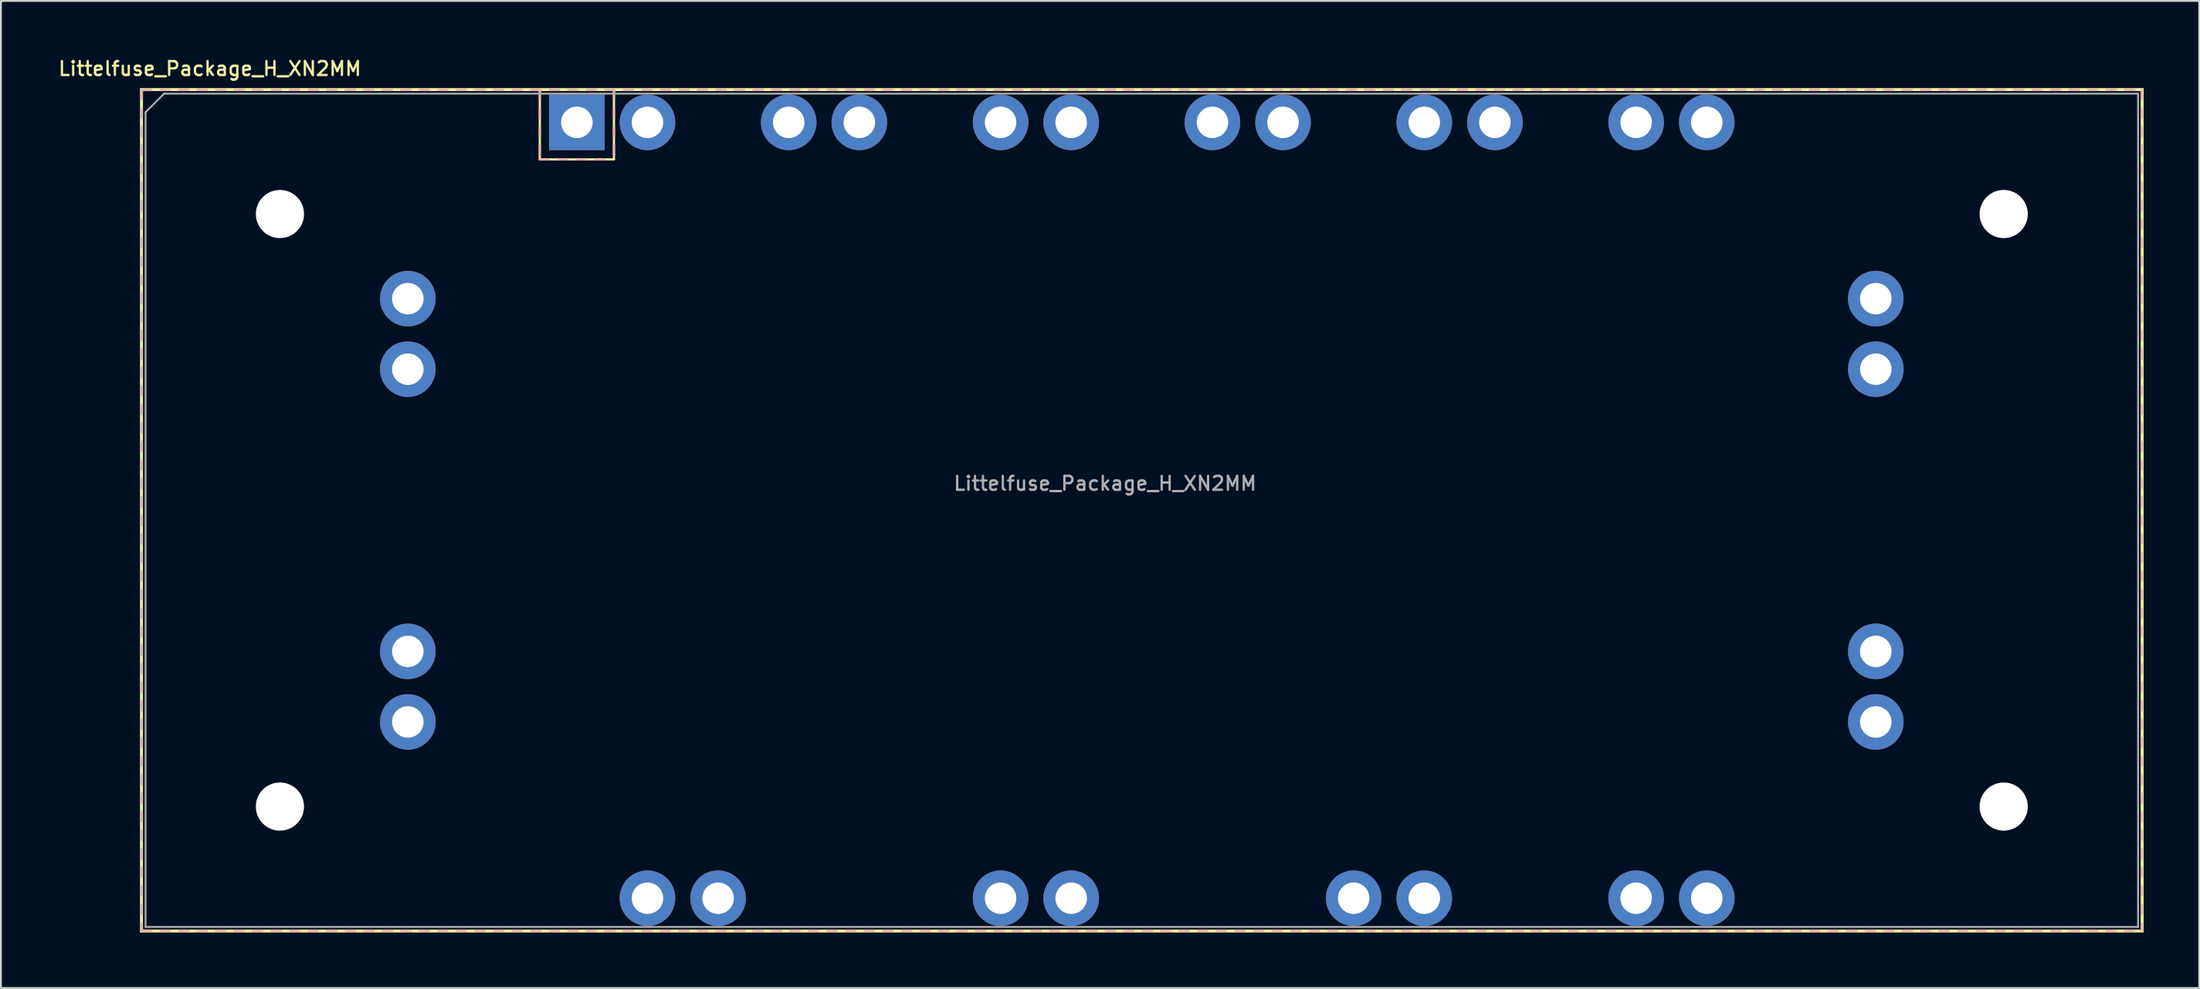
<source format=kicad_pcb>
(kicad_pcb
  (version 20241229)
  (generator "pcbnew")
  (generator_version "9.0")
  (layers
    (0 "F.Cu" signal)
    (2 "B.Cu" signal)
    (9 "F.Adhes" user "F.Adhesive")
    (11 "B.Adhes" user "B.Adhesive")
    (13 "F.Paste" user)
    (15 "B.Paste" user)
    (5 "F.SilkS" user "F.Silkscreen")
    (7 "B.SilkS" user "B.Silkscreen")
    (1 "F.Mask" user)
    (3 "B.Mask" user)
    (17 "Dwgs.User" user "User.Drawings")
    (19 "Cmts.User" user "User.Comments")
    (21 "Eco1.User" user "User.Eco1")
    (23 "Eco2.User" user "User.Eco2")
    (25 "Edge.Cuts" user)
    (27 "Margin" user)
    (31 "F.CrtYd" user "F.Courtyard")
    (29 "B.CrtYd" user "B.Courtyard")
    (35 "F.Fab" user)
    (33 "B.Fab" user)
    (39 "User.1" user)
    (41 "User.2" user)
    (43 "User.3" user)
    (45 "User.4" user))
  (footprint "Littelfuse_Package_H_XN2MM"
    (layer "F.Cu")
    (at 28.073 3.558)
    (property "Reference" "Littelfuse_Package_H_XN2MM" (at -19.8 -2.9 0) (layer "F.SilkS") (effects (font (size 0.75 0.75) (thickness 0.125))))
    (attr through_hole)
    (fp_line (start -23.52 -1.8) (end 84.48 -1.8) (stroke (width 0.1) (type solid)) (layer "F.SilkS"))
    (fp_line (start -23.52 43.7) (end -23.52 -1.8) (stroke (width 0.1) (type solid)) (layer "F.SilkS"))
    (fp_line (start -23.47 -1.75) (end 84.43 -1.75) (stroke (width 0.12) (type solid)) (layer "F.SilkS"))
    (fp_line (start -23.47 43.65) (end -23.47 -1.75) (stroke (width 0.12) (type solid)) (layer "F.SilkS"))
    (fp_line (start -2 2) (end -2 -1.75) (stroke (width 0.12) (type solid)) (layer "F.SilkS"))
    (fp_line (start 2 -1.75) (end 2 1.75) (stroke (width 0.12) (type solid)) (layer "F.SilkS"))
    (fp_line (start 2 1.75) (end 2 2) (stroke (width 0.12) (type solid)) (layer "F.SilkS"))
    (fp_line (start 2 2) (end -2 2) (stroke (width 0.12) (type solid)) (layer "F.SilkS"))
    (fp_line (start 84.43 -1.75) (end 84.43 43.65) (stroke (width 0.12) (type solid)) (layer "F.SilkS"))
    (fp_line (start 84.43 43.65) (end -23.47 43.65) (stroke (width 0.12) (type solid)) (layer "F.SilkS"))
    (fp_line (start 84.48 -1.8) (end 84.48 43.7) (stroke (width 0.1) (type solid)) (layer "F.SilkS"))
    (fp_line (start 84.48 43.7) (end -23.52 43.7) (stroke (width 0.1) (type solid)) (layer "F.SilkS"))
    (fp_line (start -23.47 -1.75) (end -23.47 -1.25) (stroke (width 0.12) (type solid)) (layer "B.SilkS"))
    (fp_line (start -23.47 -1.75) (end -22.97 -1.75) (stroke (width 0.12) (type solid)) (layer "B.SilkS"))
    (fp_line (start -23.47 -0.75) (end -23.47 -0.25) (stroke (width 0.12) (type solid)) (layer "B.SilkS"))
    (fp_line (start -23.47 0.25) (end -23.47 0.75) (stroke (width 0.12) (type solid)) (layer "B.SilkS"))
    (fp_line (start -23.47 1.25) (end -23.47 1.75) (stroke (width 0.12) (type solid)) (layer "B.SilkS"))
    (fp_line (start -23.47 2.25) (end -23.47 2.75) (stroke (width 0.12) (type solid)) (layer "B.SilkS"))
    (fp_line (start -23.47 3.25) (end -23.47 3.75) (stroke (width 0.12) (type solid)) (layer "B.SilkS"))
    (fp_line (start -23.47 4.25) (end -23.47 4.75) (stroke (width 0.12) (type solid)) (layer "B.SilkS"))
    (fp_line (start -23.47 5.25) (end -23.47 5.75) (stroke (width 0.12) (type solid)) (layer "B.SilkS"))
    (fp_line (start -23.47 6.25) (end -23.47 6.75) (stroke (width 0.12) (type solid)) (layer "B.SilkS"))
    (fp_line (start -23.47 7.25) (end -23.47 7.75) (stroke (width 0.12) (type solid)) (layer "B.SilkS"))
    (fp_line (start -23.47 8.25) (end -23.47 8.75) (stroke (width 0.12) (type solid)) (layer "B.SilkS"))
    (fp_line (start -23.47 9.25) (end -23.47 9.75) (stroke (width 0.12) (type solid)) (layer "B.SilkS"))
    (fp_line (start -23.47 10.25) (end -23.47 10.75) (stroke (width 0.12) (type solid)) (layer "B.SilkS"))
    (fp_line (start -23.47 11.25) (end -23.47 11.75) (stroke (width 0.12) (type solid)) (layer "B.SilkS"))
    (fp_line (start -23.47 12.25) (end -23.47 12.75) (stroke (width 0.12) (type solid)) (layer "B.SilkS"))
    (fp_line (start -23.47 13.25) (end -23.47 13.75) (stroke (width 0.12) (type solid)) (layer "B.SilkS"))
    (fp_line (start -23.47 14.25) (end -23.47 14.75) (stroke (width 0.12) (type solid)) (layer "B.SilkS"))
    (fp_line (start -23.47 15.25) (end -23.47 15.75) (stroke (width 0.12) (type solid)) (layer "B.SilkS"))
    (fp_line (start -23.47 16.25) (end -23.47 16.75) (stroke (width 0.12) (type solid)) (layer "B.SilkS"))
    (fp_line (start -23.47 17.25) (end -23.47 17.75) (stroke (width 0.12) (type solid)) (layer "B.SilkS"))
    (fp_line (start -23.47 18.25) (end -23.47 18.75) (stroke (width 0.12) (type solid)) (layer "B.SilkS"))
    (fp_line (start -23.47 19.25) (end -23.47 19.75) (stroke (width 0.12) (type solid)) (layer "B.SilkS"))
    (fp_line (start -23.47 20.25) (end -23.47 20.75) (stroke (width 0.12) (type solid)) (layer "B.SilkS"))
    (fp_line (start -23.47 21.25) (end -23.47 21.75) (stroke (width 0.12) (type solid)) (layer "B.SilkS"))
    (fp_line (start -23.47 22.25) (end -23.47 22.75) (stroke (width 0.12) (type solid)) (layer "B.SilkS"))
    (fp_line (start -23.47 23.25) (end -23.47 23.75) (stroke (width 0.12) (type solid)) (layer "B.SilkS"))
    (fp_line (start -23.47 24.25) (end -23.47 24.75) (stroke (width 0.12) (type solid)) (layer "B.SilkS"))
    (fp_line (start -23.47 25.25) (end -23.47 25.75) (stroke (width 0.12) (type solid)) (layer "B.SilkS"))
    (fp_line (start -23.47 26.25) (end -23.47 26.75) (stroke (width 0.12) (type solid)) (layer "B.SilkS"))
    (fp_line (start -23.47 27.25) (end -23.47 27.75) (stroke (width 0.12) (type solid)) (layer "B.SilkS"))
    (fp_line (start -23.47 28.25) (end -23.47 28.75) (stroke (width 0.12) (type solid)) (layer "B.SilkS"))
    (fp_line (start -23.47 29.25) (end -23.47 29.75) (stroke (width 0.12) (type solid)) (layer "B.SilkS"))
    (fp_line (start -23.47 30.25) (end -23.47 30.75) (stroke (width 0.12) (type solid)) (layer "B.SilkS"))
    (fp_line (start -23.47 31.25) (end -23.47 31.75) (stroke (width 0.12) (type solid)) (layer "B.SilkS"))
    (fp_line (start -23.47 32.25) (end -23.47 32.75) (stroke (width 0.12) (type solid)) (layer "B.SilkS"))
    (fp_line (start -23.47 33.25) (end -23.47 33.75) (stroke (width 0.12) (type solid)) (layer "B.SilkS"))
    (fp_line (start -23.47 34.25) (end -23.47 34.75) (stroke (width 0.12) (type solid)) (layer "B.SilkS"))
    (fp_line (start -23.47 35.25) (end -23.47 35.75) (stroke (width 0.12) (type solid)) (layer "B.SilkS"))
    (fp_line (start -23.47 36.25) (end -23.47 36.75) (stroke (width 0.12) (type solid)) (layer "B.SilkS"))
    (fp_line (start -23.47 37.25) (end -23.47 37.75) (stroke (width 0.12) (type solid)) (layer "B.SilkS"))
    (fp_line (start -23.47 38.25) (end -23.47 38.75) (stroke (width 0.12) (type solid)) (layer "B.SilkS"))
    (fp_line (start -23.47 39.25) (end -23.47 39.75) (stroke (width 0.12) (type solid)) (layer "B.SilkS"))
    (fp_line (start -23.47 40.25) (end -23.47 40.75) (stroke (width 0.12) (type solid)) (layer "B.SilkS"))
    (fp_line (start -23.47 41.25) (end -23.47 41.75) (stroke (width 0.12) (type solid)) (layer "B.SilkS"))
    (fp_line (start -23.47 42.25) (end -23.47 42.75) (stroke (width 0.12) (type solid)) (layer "B.SilkS"))
    (fp_line (start -23.47 43.25) (end -23.47 43.65) (stroke (width 0.12) (type solid)) (layer "B.SilkS"))
    (fp_line (start -23.47 43.65) (end -22.97 43.65) (stroke (width 0.12) (type solid)) (layer "B.SilkS"))
    (fp_line (start -22.47 -1.75) (end -21.97 -1.75) (stroke (width 0.12) (type solid)) (layer "B.SilkS"))
    (fp_line (start -22.47 43.65) (end -21.97 43.65) (stroke (width 0.12) (type solid)) (layer "B.SilkS"))
    (fp_line (start -21.47 -1.75) (end -20.97 -1.75) (stroke (width 0.12) (type solid)) (layer "B.SilkS"))
    (fp_line (start -21.47 43.65) (end -20.97 43.65) (stroke (width 0.12) (type solid)) (layer "B.SilkS"))
    (fp_line (start -20.47 -1.75) (end -19.97 -1.75) (stroke (width 0.12) (type solid)) (layer "B.SilkS"))
    (fp_line (start -20.47 43.65) (end -19.97 43.65) (stroke (width 0.12) (type solid)) (layer "B.SilkS"))
    (fp_line (start -19.47 -1.75) (end -18.97 -1.75) (stroke (width 0.12) (type solid)) (layer "B.SilkS"))
    (fp_line (start -19.47 43.65) (end -18.97 43.65) (stroke (width 0.12) (type solid)) (layer "B.SilkS"))
    (fp_line (start -18.47 -1.75) (end -17.97 -1.75) (stroke (width 0.12) (type solid)) (layer "B.SilkS"))
    (fp_line (start -18.47 43.65) (end -17.97 43.65) (stroke (width 0.12) (type solid)) (layer "B.SilkS"))
    (fp_line (start -17.47 -1.75) (end -16.97 -1.75) (stroke (width 0.12) (type solid)) (layer "B.SilkS"))
    (fp_line (start -17.47 43.65) (end -16.97 43.65) (stroke (width 0.12) (type solid)) (layer "B.SilkS"))
    (fp_line (start -16.47 -1.75) (end -15.97 -1.75) (stroke (width 0.12) (type solid)) (layer "B.SilkS"))
    (fp_line (start -16.47 43.65) (end -15.97 43.65) (stroke (width 0.12) (type solid)) (layer "B.SilkS"))
    (fp_line (start -15.47 -1.75) (end -14.97 -1.75) (stroke (width 0.12) (type solid)) (layer "B.SilkS"))
    (fp_line (start -15.47 43.65) (end -14.97 43.65) (stroke (width 0.12) (type solid)) (layer "B.SilkS"))
    (fp_line (start -14.47 -1.75) (end -13.97 -1.75) (stroke (width 0.12) (type solid)) (layer "B.SilkS"))
    (fp_line (start -14.47 43.65) (end -13.97 43.65) (stroke (width 0.12) (type solid)) (layer "B.SilkS"))
    (fp_line (start -13.47 -1.75) (end -12.97 -1.75) (stroke (width 0.12) (type solid)) (layer "B.SilkS"))
    (fp_line (start -13.47 43.65) (end -12.97 43.65) (stroke (width 0.12) (type solid)) (layer "B.SilkS"))
    (fp_line (start -12.47 -1.75) (end -11.97 -1.75) (stroke (width 0.12) (type solid)) (layer "B.SilkS"))
    (fp_line (start -12.47 43.65) (end -11.97 43.65) (stroke (width 0.12) (type solid)) (layer "B.SilkS"))
    (fp_line (start -11.47 -1.75) (end -10.97 -1.75) (stroke (width 0.12) (type solid)) (layer "B.SilkS"))
    (fp_line (start -11.47 43.65) (end -10.97 43.65) (stroke (width 0.12) (type solid)) (layer "B.SilkS"))
    (fp_line (start -10.47 -1.75) (end -9.97 -1.75) (stroke (width 0.12) (type solid)) (layer "B.SilkS"))
    (fp_line (start -10.47 43.65) (end -9.97 43.65) (stroke (width 0.12) (type solid)) (layer "B.SilkS"))
    (fp_line (start -9.47 -1.75) (end -8.97 -1.75) (stroke (width 0.12) (type solid)) (layer "B.SilkS"))
    (fp_line (start -9.47 43.65) (end -8.97 43.65) (stroke (width 0.12) (type solid)) (layer "B.SilkS"))
    (fp_line (start -8.47 -1.75) (end -7.97 -1.75) (stroke (width 0.12) (type solid)) (layer "B.SilkS"))
    (fp_line (start -8.47 43.65) (end -7.97 43.65) (stroke (width 0.12) (type solid)) (layer "B.SilkS"))
    (fp_line (start -7.47 -1.75) (end -6.97 -1.75) (stroke (width 0.12) (type solid)) (layer "B.SilkS"))
    (fp_line (start -7.47 43.65) (end -6.97 43.65) (stroke (width 0.12) (type solid)) (layer "B.SilkS"))
    (fp_line (start -6.47 -1.75) (end -5.97 -1.75) (stroke (width 0.12) (type solid)) (layer "B.SilkS"))
    (fp_line (start -6.47 43.65) (end -5.97 43.65) (stroke (width 0.12) (type solid)) (layer "B.SilkS"))
    (fp_line (start -5.47 -1.75) (end -4.97 -1.75) (stroke (width 0.12) (type solid)) (layer "B.SilkS"))
    (fp_line (start -5.47 43.65) (end -4.97 43.65) (stroke (width 0.12) (type solid)) (layer "B.SilkS"))
    (fp_line (start -4.47 -1.75) (end -3.97 -1.75) (stroke (width 0.12) (type solid)) (layer "B.SilkS"))
    (fp_line (start -4.47 43.65) (end -3.97 43.65) (stroke (width 0.12) (type solid)) (layer "B.SilkS"))
    (fp_line (start -3.47 -1.75) (end -2.97 -1.75) (stroke (width 0.12) (type solid)) (layer "B.SilkS"))
    (fp_line (start -3.47 43.65) (end -2.97 43.65) (stroke (width 0.12) (type solid)) (layer "B.SilkS"))
    (fp_line (start -2.47 -1.75) (end -1.97 -1.75) (stroke (width 0.12) (type solid)) (layer "B.SilkS"))
    (fp_line (start -2.47 43.65) (end -1.97 43.65) (stroke (width 0.12) (type solid)) (layer "B.SilkS"))
    (fp_line (start -2 -1.75) (end -2 -1.25) (stroke (width 0.12) (type solid)) (layer "B.SilkS"))
    (fp_line (start -2 -0.75) (end -2 -0.25) (stroke (width 0.12) (type solid)) (layer "B.SilkS"))
    (fp_line (start -2 0.25) (end -2 0.75) (stroke (width 0.12) (type solid)) (layer "B.SilkS"))
    (fp_line (start -2 1.25) (end -2 1.75) (stroke (width 0.12) (type solid)) (layer "B.SilkS"))
    (fp_line (start -2 2) (end -1.5 2) (stroke (width 0.12) (type solid)) (layer "B.SilkS"))
    (fp_line (start -1.47 -1.75) (end -0.97 -1.75) (stroke (width 0.12) (type solid)) (layer "B.SilkS"))
    (fp_line (start -1.47 43.65) (end -0.97 43.65) (stroke (width 0.12) (type solid)) (layer "B.SilkS"))
    (fp_line (start -1 2) (end -0.5 2) (stroke (width 0.12) (type solid)) (layer "B.SilkS"))
    (fp_line (start -0.47 -1.75) (end 0.03 -1.75) (stroke (width 0.12) (type solid)) (layer "B.SilkS"))
    (fp_line (start -0.47 43.65) (end 0.03 43.65) (stroke (width 0.12) (type solid)) (layer "B.SilkS"))
    (fp_line (start 0 2) (end 0.5 2) (stroke (width 0.12) (type solid)) (layer "B.SilkS"))
    (fp_line (start 0.53 -1.75) (end 1.03 -1.75) (stroke (width 0.12) (type solid)) (layer "B.SilkS"))
    (fp_line (start 0.53 43.65) (end 1.03 43.65) (stroke (width 0.12) (type solid)) (layer "B.SilkS"))
    (fp_line (start 1 2) (end 1.5 2) (stroke (width 0.12) (type solid)) (layer "B.SilkS"))
    (fp_line (start 1.53 -1.75) (end 2.03 -1.75) (stroke (width 0.12) (type solid)) (layer "B.SilkS"))
    (fp_line (start 1.53 43.65) (end 2.03 43.65) (stroke (width 0.12) (type solid)) (layer "B.SilkS"))
    (fp_line (start 2 -1.75) (end 2 -1.25) (stroke (width 0.12) (type solid)) (layer "B.SilkS"))
    (fp_line (start 2 -0.75) (end 2 -0.25) (stroke (width 0.12) (type solid)) (layer "B.SilkS"))
    (fp_line (start 2 0.25) (end 2 0.75) (stroke (width 0.12) (type solid)) (layer "B.SilkS"))
    (fp_line (start 2 1.25) (end 2 1.75) (stroke (width 0.12) (type solid)) (layer "B.SilkS"))
    (fp_line (start 2.53 -1.75) (end 3.03 -1.75) (stroke (width 0.12) (type solid)) (layer "B.SilkS"))
    (fp_line (start 2.53 43.65) (end 3.03 43.65) (stroke (width 0.12) (type solid)) (layer "B.SilkS"))
    (fp_line (start 3.53 -1.75) (end 4.03 -1.75) (stroke (width 0.12) (type solid)) (layer "B.SilkS"))
    (fp_line (start 3.53 43.65) (end 4.03 43.65) (stroke (width 0.12) (type solid)) (layer "B.SilkS"))
    (fp_line (start 4.53 -1.75) (end 5.03 -1.75) (stroke (width 0.12) (type solid)) (layer "B.SilkS"))
    (fp_line (start 4.53 43.65) (end 5.03 43.65) (stroke (width 0.12) (type solid)) (layer "B.SilkS"))
    (fp_line (start 5.53 -1.75) (end 6.03 -1.75) (stroke (width 0.12) (type solid)) (layer "B.SilkS"))
    (fp_line (start 5.53 43.65) (end 6.03 43.65) (stroke (width 0.12) (type solid)) (layer "B.SilkS"))
    (fp_line (start 6.53 -1.75) (end 7.03 -1.75) (stroke (width 0.12) (type solid)) (layer "B.SilkS"))
    (fp_line (start 6.53 43.65) (end 7.03 43.65) (stroke (width 0.12) (type solid)) (layer "B.SilkS"))
    (fp_line (start 7.53 -1.75) (end 8.03 -1.75) (stroke (width 0.12) (type solid)) (layer "B.SilkS"))
    (fp_line (start 7.53 43.65) (end 8.03 43.65) (stroke (width 0.12) (type solid)) (layer "B.SilkS"))
    (fp_line (start 8.53 -1.75) (end 9.03 -1.75) (stroke (width 0.12) (type solid)) (layer "B.SilkS"))
    (fp_line (start 8.53 43.65) (end 9.03 43.65) (stroke (width 0.12) (type solid)) (layer "B.SilkS"))
    (fp_line (start 9.53 -1.75) (end 10.03 -1.75) (stroke (width 0.12) (type solid)) (layer "B.SilkS"))
    (fp_line (start 9.53 43.65) (end 10.03 43.65) (stroke (width 0.12) (type solid)) (layer "B.SilkS"))
    (fp_line (start 10.53 -1.75) (end 11.03 -1.75) (stroke (width 0.12) (type solid)) (layer "B.SilkS"))
    (fp_line (start 10.53 43.65) (end 11.03 43.65) (stroke (width 0.12) (type solid)) (layer "B.SilkS"))
    (fp_line (start 11.53 -1.75) (end 12.03 -1.75) (stroke (width 0.12) (type solid)) (layer "B.SilkS"))
    (fp_line (start 11.53 43.65) (end 12.03 43.65) (stroke (width 0.12) (type solid)) (layer "B.SilkS"))
    (fp_line (start 12.53 -1.75) (end 13.03 -1.75) (stroke (width 0.12) (type solid)) (layer "B.SilkS"))
    (fp_line (start 12.53 43.65) (end 13.03 43.65) (stroke (width 0.12) (type solid)) (layer "B.SilkS"))
    (fp_line (start 13.53 -1.75) (end 14.03 -1.75) (stroke (width 0.12) (type solid)) (layer "B.SilkS"))
    (fp_line (start 13.53 43.65) (end 14.03 43.65) (stroke (width 0.12) (type solid)) (layer "B.SilkS"))
    (fp_line (start 14.53 -1.75) (end 15.03 -1.75) (stroke (width 0.12) (type solid)) (layer "B.SilkS"))
    (fp_line (start 14.53 43.65) (end 15.03 43.65) (stroke (width 0.12) (type solid)) (layer "B.SilkS"))
    (fp_line (start 15.53 -1.75) (end 16.03 -1.75) (stroke (width 0.12) (type solid)) (layer "B.SilkS"))
    (fp_line (start 15.53 43.65) (end 16.03 43.65) (stroke (width 0.12) (type solid)) (layer "B.SilkS"))
    (fp_line (start 16.53 -1.75) (end 17.03 -1.75) (stroke (width 0.12) (type solid)) (layer "B.SilkS"))
    (fp_line (start 16.53 43.65) (end 17.03 43.65) (stroke (width 0.12) (type solid)) (layer "B.SilkS"))
    (fp_line (start 17.53 -1.75) (end 18.03 -1.75) (stroke (width 0.12) (type solid)) (layer "B.SilkS"))
    (fp_line (start 17.53 43.65) (end 18.03 43.65) (stroke (width 0.12) (type solid)) (layer "B.SilkS"))
    (fp_line (start 18.53 -1.75) (end 19.03 -1.75) (stroke (width 0.12) (type solid)) (layer "B.SilkS"))
    (fp_line (start 18.53 43.65) (end 19.03 43.65) (stroke (width 0.12) (type solid)) (layer "B.SilkS"))
    (fp_line (start 19.53 -1.75) (end 20.03 -1.75) (stroke (width 0.12) (type solid)) (layer "B.SilkS"))
    (fp_line (start 19.53 43.65) (end 20.03 43.65) (stroke (width 0.12) (type solid)) (layer "B.SilkS"))
    (fp_line (start 20.53 -1.75) (end 21.03 -1.75) (stroke (width 0.12) (type solid)) (layer "B.SilkS"))
    (fp_line (start 20.53 43.65) (end 21.03 43.65) (stroke (width 0.12) (type solid)) (layer "B.SilkS"))
    (fp_line (start 21.53 -1.75) (end 22.03 -1.75) (stroke (width 0.12) (type solid)) (layer "B.SilkS"))
    (fp_line (start 21.53 43.65) (end 22.03 43.65) (stroke (width 0.12) (type solid)) (layer "B.SilkS"))
    (fp_line (start 22.53 -1.75) (end 23.03 -1.75) (stroke (width 0.12) (type solid)) (layer "B.SilkS"))
    (fp_line (start 22.53 43.65) (end 23.03 43.65) (stroke (width 0.12) (type solid)) (layer "B.SilkS"))
    (fp_line (start 23.53 -1.75) (end 24.03 -1.75) (stroke (width 0.12) (type solid)) (layer "B.SilkS"))
    (fp_line (start 23.53 43.65) (end 24.03 43.65) (stroke (width 0.12) (type solid)) (layer "B.SilkS"))
    (fp_line (start 24.53 -1.75) (end 25.03 -1.75) (stroke (width 0.12) (type solid)) (layer "B.SilkS"))
    (fp_line (start 24.53 43.65) (end 25.03 43.65) (stroke (width 0.12) (type solid)) (layer "B.SilkS"))
    (fp_line (start 25.53 -1.75) (end 26.03 -1.75) (stroke (width 0.12) (type solid)) (layer "B.SilkS"))
    (fp_line (start 25.53 43.65) (end 26.03 43.65) (stroke (width 0.12) (type solid)) (layer "B.SilkS"))
    (fp_line (start 26.53 -1.75) (end 27.03 -1.75) (stroke (width 0.12) (type solid)) (layer "B.SilkS"))
    (fp_line (start 26.53 43.65) (end 27.03 43.65) (stroke (width 0.12) (type solid)) (layer "B.SilkS"))
    (fp_line (start 27.53 -1.75) (end 28.03 -1.75) (stroke (width 0.12) (type solid)) (layer "B.SilkS"))
    (fp_line (start 27.53 43.65) (end 28.03 43.65) (stroke (width 0.12) (type solid)) (layer "B.SilkS"))
    (fp_line (start 28.53 -1.75) (end 29.03 -1.75) (stroke (width 0.12) (type solid)) (layer "B.SilkS"))
    (fp_line (start 28.53 43.65) (end 29.03 43.65) (stroke (width 0.12) (type solid)) (layer "B.SilkS"))
    (fp_line (start 29.53 -1.75) (end 30.03 -1.75) (stroke (width 0.12) (type solid)) (layer "B.SilkS"))
    (fp_line (start 29.53 43.65) (end 30.03 43.65) (stroke (width 0.12) (type solid)) (layer "B.SilkS"))
    (fp_line (start 30.53 -1.75) (end 31.03 -1.75) (stroke (width 0.12) (type solid)) (layer "B.SilkS"))
    (fp_line (start 30.53 43.65) (end 31.03 43.65) (stroke (width 0.12) (type solid)) (layer "B.SilkS"))
    (fp_line (start 31.53 -1.75) (end 32.03 -1.75) (stroke (width 0.12) (type solid)) (layer "B.SilkS"))
    (fp_line (start 31.53 43.65) (end 32.03 43.65) (stroke (width 0.12) (type solid)) (layer "B.SilkS"))
    (fp_line (start 32.53 -1.75) (end 33.03 -1.75) (stroke (width 0.12) (type solid)) (layer "B.SilkS"))
    (fp_line (start 32.53 43.65) (end 33.03 43.65) (stroke (width 0.12) (type solid)) (layer "B.SilkS"))
    (fp_line (start 33.53 -1.75) (end 34.03 -1.75) (stroke (width 0.12) (type solid)) (layer "B.SilkS"))
    (fp_line (start 33.53 43.65) (end 34.03 43.65) (stroke (width 0.12) (type solid)) (layer "B.SilkS"))
    (fp_line (start 34.53 -1.75) (end 35.03 -1.75) (stroke (width 0.12) (type solid)) (layer "B.SilkS"))
    (fp_line (start 34.53 43.65) (end 35.03 43.65) (stroke (width 0.12) (type solid)) (layer "B.SilkS"))
    (fp_line (start 35.53 -1.75) (end 36.03 -1.75) (stroke (width 0.12) (type solid)) (layer "B.SilkS"))
    (fp_line (start 35.53 43.65) (end 36.03 43.65) (stroke (width 0.12) (type solid)) (layer "B.SilkS"))
    (fp_line (start 36.53 -1.75) (end 37.03 -1.75) (stroke (width 0.12) (type solid)) (layer "B.SilkS"))
    (fp_line (start 36.53 43.65) (end 37.03 43.65) (stroke (width 0.12) (type solid)) (layer "B.SilkS"))
    (fp_line (start 37.53 -1.75) (end 38.03 -1.75) (stroke (width 0.12) (type solid)) (layer "B.SilkS"))
    (fp_line (start 37.53 43.65) (end 38.03 43.65) (stroke (width 0.12) (type solid)) (layer "B.SilkS"))
    (fp_line (start 38.53 -1.75) (end 39.03 -1.75) (stroke (width 0.12) (type solid)) (layer "B.SilkS"))
    (fp_line (start 38.53 43.65) (end 39.03 43.65) (stroke (width 0.12) (type solid)) (layer "B.SilkS"))
    (fp_line (start 39.53 -1.75) (end 40.03 -1.75) (stroke (width 0.12) (type solid)) (layer "B.SilkS"))
    (fp_line (start 39.53 43.65) (end 40.03 43.65) (stroke (width 0.12) (type solid)) (layer "B.SilkS"))
    (fp_line (start 40.53 -1.75) (end 41.03 -1.75) (stroke (width 0.12) (type solid)) (layer "B.SilkS"))
    (fp_line (start 40.53 43.65) (end 41.03 43.65) (stroke (width 0.12) (type solid)) (layer "B.SilkS"))
    (fp_line (start 41.53 -1.75) (end 42.03 -1.75) (stroke (width 0.12) (type solid)) (layer "B.SilkS"))
    (fp_line (start 41.53 43.65) (end 42.03 43.65) (stroke (width 0.12) (type solid)) (layer "B.SilkS"))
    (fp_line (start 42.53 -1.75) (end 43.03 -1.75) (stroke (width 0.12) (type solid)) (layer "B.SilkS"))
    (fp_line (start 42.53 43.65) (end 43.03 43.65) (stroke (width 0.12) (type solid)) (layer "B.SilkS"))
    (fp_line (start 43.53 -1.75) (end 44.03 -1.75) (stroke (width 0.12) (type solid)) (layer "B.SilkS"))
    (fp_line (start 43.53 43.65) (end 44.03 43.65) (stroke (width 0.12) (type solid)) (layer "B.SilkS"))
    (fp_line (start 44.53 -1.75) (end 45.03 -1.75) (stroke (width 0.12) (type solid)) (layer "B.SilkS"))
    (fp_line (start 44.53 43.65) (end 45.03 43.65) (stroke (width 0.12) (type solid)) (layer "B.SilkS"))
    (fp_line (start 45.53 -1.75) (end 46.03 -1.75) (stroke (width 0.12) (type solid)) (layer "B.SilkS"))
    (fp_line (start 45.53 43.65) (end 46.03 43.65) (stroke (width 0.12) (type solid)) (layer "B.SilkS"))
    (fp_line (start 46.53 -1.75) (end 47.03 -1.75) (stroke (width 0.12) (type solid)) (layer "B.SilkS"))
    (fp_line (start 46.53 43.65) (end 47.03 43.65) (stroke (width 0.12) (type solid)) (layer "B.SilkS"))
    (fp_line (start 47.53 -1.75) (end 48.03 -1.75) (stroke (width 0.12) (type solid)) (layer "B.SilkS"))
    (fp_line (start 47.53 43.65) (end 48.03 43.65) (stroke (width 0.12) (type solid)) (layer "B.SilkS"))
    (fp_line (start 48.53 -1.75) (end 49.03 -1.75) (stroke (width 0.12) (type solid)) (layer "B.SilkS"))
    (fp_line (start 48.53 43.65) (end 49.03 43.65) (stroke (width 0.12) (type solid)) (layer "B.SilkS"))
    (fp_line (start 49.53 -1.75) (end 50.03 -1.75) (stroke (width 0.12) (type solid)) (layer "B.SilkS"))
    (fp_line (start 49.53 43.65) (end 50.03 43.65) (stroke (width 0.12) (type solid)) (layer "B.SilkS"))
    (fp_line (start 50.53 -1.75) (end 51.03 -1.75) (stroke (width 0.12) (type solid)) (layer "B.SilkS"))
    (fp_line (start 50.53 43.65) (end 51.03 43.65) (stroke (width 0.12) (type solid)) (layer "B.SilkS"))
    (fp_line (start 51.53 -1.75) (end 52.03 -1.75) (stroke (width 0.12) (type solid)) (layer "B.SilkS"))
    (fp_line (start 51.53 43.65) (end 52.03 43.65) (stroke (width 0.12) (type solid)) (layer "B.SilkS"))
    (fp_line (start 52.53 -1.75) (end 53.03 -1.75) (stroke (width 0.12) (type solid)) (layer "B.SilkS"))
    (fp_line (start 52.53 43.65) (end 53.03 43.65) (stroke (width 0.12) (type solid)) (layer "B.SilkS"))
    (fp_line (start 53.53 -1.75) (end 54.03 -1.75) (stroke (width 0.12) (type solid)) (layer "B.SilkS"))
    (fp_line (start 53.53 43.65) (end 54.03 43.65) (stroke (width 0.12) (type solid)) (layer "B.SilkS"))
    (fp_line (start 54.53 -1.75) (end 55.03 -1.75) (stroke (width 0.12) (type solid)) (layer "B.SilkS"))
    (fp_line (start 54.53 43.65) (end 55.03 43.65) (stroke (width 0.12) (type solid)) (layer "B.SilkS"))
    (fp_line (start 55.53 -1.75) (end 56.03 -1.75) (stroke (width 0.12) (type solid)) (layer "B.SilkS"))
    (fp_line (start 55.53 43.65) (end 56.03 43.65) (stroke (width 0.12) (type solid)) (layer "B.SilkS"))
    (fp_line (start 56.53 -1.75) (end 57.03 -1.75) (stroke (width 0.12) (type solid)) (layer "B.SilkS"))
    (fp_line (start 56.53 43.65) (end 57.03 43.65) (stroke (width 0.12) (type solid)) (layer "B.SilkS"))
    (fp_line (start 57.53 -1.75) (end 58.03 -1.75) (stroke (width 0.12) (type solid)) (layer "B.SilkS"))
    (fp_line (start 57.53 43.65) (end 58.03 43.65) (stroke (width 0.12) (type solid)) (layer "B.SilkS"))
    (fp_line (start 58.53 -1.75) (end 59.03 -1.75) (stroke (width 0.12) (type solid)) (layer "B.SilkS"))
    (fp_line (start 58.53 43.65) (end 59.03 43.65) (stroke (width 0.12) (type solid)) (layer "B.SilkS"))
    (fp_line (start 59.53 -1.75) (end 60.03 -1.75) (stroke (width 0.12) (type solid)) (layer "B.SilkS"))
    (fp_line (start 59.53 43.65) (end 60.03 43.65) (stroke (width 0.12) (type solid)) (layer "B.SilkS"))
    (fp_line (start 60.53 -1.75) (end 61.03 -1.75) (stroke (width 0.12) (type solid)) (layer "B.SilkS"))
    (fp_line (start 60.53 43.65) (end 61.03 43.65) (stroke (width 0.12) (type solid)) (layer "B.SilkS"))
    (fp_line (start 61.53 -1.75) (end 62.03 -1.75) (stroke (width 0.12) (type solid)) (layer "B.SilkS"))
    (fp_line (start 61.53 43.65) (end 62.03 43.65) (stroke (width 0.12) (type solid)) (layer "B.SilkS"))
    (fp_line (start 62.53 -1.75) (end 63.03 -1.75) (stroke (width 0.12) (type solid)) (layer "B.SilkS"))
    (fp_line (start 62.53 43.65) (end 63.03 43.65) (stroke (width 0.12) (type solid)) (layer "B.SilkS"))
    (fp_line (start 63.53 -1.75) (end 64.03 -1.75) (stroke (width 0.12) (type solid)) (layer "B.SilkS"))
    (fp_line (start 63.53 43.65) (end 64.03 43.65) (stroke (width 0.12) (type solid)) (layer "B.SilkS"))
    (fp_line (start 64.53 -1.75) (end 65.03 -1.75) (stroke (width 0.12) (type solid)) (layer "B.SilkS"))
    (fp_line (start 64.53 43.65) (end 65.03 43.65) (stroke (width 0.12) (type solid)) (layer "B.SilkS"))
    (fp_line (start 65.53 -1.75) (end 66.03 -1.75) (stroke (width 0.12) (type solid)) (layer "B.SilkS"))
    (fp_line (start 65.53 43.65) (end 66.03 43.65) (stroke (width 0.12) (type solid)) (layer "B.SilkS"))
    (fp_line (start 66.53 -1.75) (end 67.03 -1.75) (stroke (width 0.12) (type solid)) (layer "B.SilkS"))
    (fp_line (start 66.53 43.65) (end 67.03 43.65) (stroke (width 0.12) (type solid)) (layer "B.SilkS"))
    (fp_line (start 67.53 -1.75) (end 68.03 -1.75) (stroke (width 0.12) (type solid)) (layer "B.SilkS"))
    (fp_line (start 67.53 43.65) (end 68.03 43.65) (stroke (width 0.12) (type solid)) (layer "B.SilkS"))
    (fp_line (start 68.53 -1.75) (end 69.03 -1.75) (stroke (width 0.12) (type solid)) (layer "B.SilkS"))
    (fp_line (start 68.53 43.65) (end 69.03 43.65) (stroke (width 0.12) (type solid)) (layer "B.SilkS"))
    (fp_line (start 69.53 -1.75) (end 70.03 -1.75) (stroke (width 0.12) (type solid)) (layer "B.SilkS"))
    (fp_line (start 69.53 43.65) (end 70.03 43.65) (stroke (width 0.12) (type solid)) (layer "B.SilkS"))
    (fp_line (start 70.53 -1.75) (end 71.03 -1.75) (stroke (width 0.12) (type solid)) (layer "B.SilkS"))
    (fp_line (start 70.53 43.65) (end 71.03 43.65) (stroke (width 0.12) (type solid)) (layer "B.SilkS"))
    (fp_line (start 71.53 -1.75) (end 72.03 -1.75) (stroke (width 0.12) (type solid)) (layer "B.SilkS"))
    (fp_line (start 71.53 43.65) (end 72.03 43.65) (stroke (width 0.12) (type solid)) (layer "B.SilkS"))
    (fp_line (start 72.53 -1.75) (end 73.03 -1.75) (stroke (width 0.12) (type solid)) (layer "B.SilkS"))
    (fp_line (start 72.53 43.65) (end 73.03 43.65) (stroke (width 0.12) (type solid)) (layer "B.SilkS"))
    (fp_line (start 73.53 -1.75) (end 74.03 -1.75) (stroke (width 0.12) (type solid)) (layer "B.SilkS"))
    (fp_line (start 73.53 43.65) (end 74.03 43.65) (stroke (width 0.12) (type solid)) (layer "B.SilkS"))
    (fp_line (start 74.53 -1.75) (end 75.03 -1.75) (stroke (width 0.12) (type solid)) (layer "B.SilkS"))
    (fp_line (start 74.53 43.65) (end 75.03 43.65) (stroke (width 0.12) (type solid)) (layer "B.SilkS"))
    (fp_line (start 75.53 -1.75) (end 76.03 -1.75) (stroke (width 0.12) (type solid)) (layer "B.SilkS"))
    (fp_line (start 75.53 43.65) (end 76.03 43.65) (stroke (width 0.12) (type solid)) (layer "B.SilkS"))
    (fp_line (start 76.53 -1.75) (end 77.03 -1.75) (stroke (width 0.12) (type solid)) (layer "B.SilkS"))
    (fp_line (start 76.53 43.65) (end 77.03 43.65) (stroke (width 0.12) (type solid)) (layer "B.SilkS"))
    (fp_line (start 77.53 -1.75) (end 78.03 -1.75) (stroke (width 0.12) (type solid)) (layer "B.SilkS"))
    (fp_line (start 77.53 43.65) (end 78.03 43.65) (stroke (width 0.12) (type solid)) (layer "B.SilkS"))
    (fp_line (start 78.53 -1.75) (end 79.03 -1.75) (stroke (width 0.12) (type solid)) (layer "B.SilkS"))
    (fp_line (start 78.53 43.65) (end 79.03 43.65) (stroke (width 0.12) (type solid)) (layer "B.SilkS"))
    (fp_line (start 79.53 -1.75) (end 80.03 -1.75) (stroke (width 0.12) (type solid)) (layer "B.SilkS"))
    (fp_line (start 79.53 43.65) (end 80.03 43.65) (stroke (width 0.12) (type solid)) (layer "B.SilkS"))
    (fp_line (start 80.53 -1.75) (end 81.03 -1.75) (stroke (width 0.12) (type solid)) (layer "B.SilkS"))
    (fp_line (start 80.53 43.65) (end 81.03 43.65) (stroke (width 0.12) (type solid)) (layer "B.SilkS"))
    (fp_line (start 81.53 -1.75) (end 82.03 -1.75) (stroke (width 0.12) (type solid)) (layer "B.SilkS"))
    (fp_line (start 81.53 43.65) (end 82.03 43.65) (stroke (width 0.12) (type solid)) (layer "B.SilkS"))
    (fp_line (start 82.53 -1.75) (end 83.03 -1.75) (stroke (width 0.12) (type solid)) (layer "B.SilkS"))
    (fp_line (start 82.53 43.65) (end 83.03 43.65) (stroke (width 0.12) (type solid)) (layer "B.SilkS"))
    (fp_line (start 83.53 -1.75) (end 84.03 -1.75) (stroke (width 0.12) (type solid)) (layer "B.SilkS"))
    (fp_line (start 83.53 43.65) (end 84.03 43.65) (stroke (width 0.12) (type solid)) (layer "B.SilkS"))
    (fp_line (start 84.43 -1.75) (end 84.43 -1.25) (stroke (width 0.12) (type solid)) (layer "B.SilkS"))
    (fp_line (start 84.43 -0.75) (end 84.43 -0.25) (stroke (width 0.12) (type solid)) (layer "B.SilkS"))
    (fp_line (start 84.43 0.25) (end 84.43 0.75) (stroke (width 0.12) (type solid)) (layer "B.SilkS"))
    (fp_line (start 84.43 1.25) (end 84.43 1.75) (stroke (width 0.12) (type solid)) (layer "B.SilkS"))
    (fp_line (start 84.43 2.25) (end 84.43 2.75) (stroke (width 0.12) (type solid)) (layer "B.SilkS"))
    (fp_line (start 84.43 3.25) (end 84.43 3.75) (stroke (width 0.12) (type solid)) (layer "B.SilkS"))
    (fp_line (start 84.43 4.25) (end 84.43 4.75) (stroke (width 0.12) (type solid)) (layer "B.SilkS"))
    (fp_line (start 84.43 5.25) (end 84.43 5.75) (stroke (width 0.12) (type solid)) (layer "B.SilkS"))
    (fp_line (start 84.43 6.25) (end 84.43 6.75) (stroke (width 0.12) (type solid)) (layer "B.SilkS"))
    (fp_line (start 84.43 7.25) (end 84.43 7.75) (stroke (width 0.12) (type solid)) (layer "B.SilkS"))
    (fp_line (start 84.43 8.25) (end 84.43 8.75) (stroke (width 0.12) (type solid)) (layer "B.SilkS"))
    (fp_line (start 84.43 9.25) (end 84.43 9.75) (stroke (width 0.12) (type solid)) (layer "B.SilkS"))
    (fp_line (start 84.43 10.25) (end 84.43 10.75) (stroke (width 0.12) (type solid)) (layer "B.SilkS"))
    (fp_line (start 84.43 11.25) (end 84.43 11.75) (stroke (width 0.12) (type solid)) (layer "B.SilkS"))
    (fp_line (start 84.43 12.25) (end 84.43 12.75) (stroke (width 0.12) (type solid)) (layer "B.SilkS"))
    (fp_line (start 84.43 13.25) (end 84.43 13.75) (stroke (width 0.12) (type solid)) (layer "B.SilkS"))
    (fp_line (start 84.43 14.25) (end 84.43 14.75) (stroke (width 0.12) (type solid)) (layer "B.SilkS"))
    (fp_line (start 84.43 15.25) (end 84.43 15.75) (stroke (width 0.12) (type solid)) (layer "B.SilkS"))
    (fp_line (start 84.43 16.25) (end 84.43 16.75) (stroke (width 0.12) (type solid)) (layer "B.SilkS"))
    (fp_line (start 84.43 17.25) (end 84.43 17.75) (stroke (width 0.12) (type solid)) (layer "B.SilkS"))
    (fp_line (start 84.43 18.25) (end 84.43 18.75) (stroke (width 0.12) (type solid)) (layer "B.SilkS"))
    (fp_line (start 84.43 19.25) (end 84.43 19.75) (stroke (width 0.12) (type solid)) (layer "B.SilkS"))
    (fp_line (start 84.43 20.25) (end 84.43 20.75) (stroke (width 0.12) (type solid)) (layer "B.SilkS"))
    (fp_line (start 84.43 21.25) (end 84.43 21.75) (stroke (width 0.12) (type solid)) (layer "B.SilkS"))
    (fp_line (start 84.43 22.25) (end 84.43 22.75) (stroke (width 0.12) (type solid)) (layer "B.SilkS"))
    (fp_line (start 84.43 23.25) (end 84.43 23.75) (stroke (width 0.12) (type solid)) (layer "B.SilkS"))
    (fp_line (start 84.43 24.25) (end 84.43 24.75) (stroke (width 0.12) (type solid)) (layer "B.SilkS"))
    (fp_line (start 84.43 25.25) (end 84.43 25.75) (stroke (width 0.12) (type solid)) (layer "B.SilkS"))
    (fp_line (start 84.43 26.25) (end 84.43 26.75) (stroke (width 0.12) (type solid)) (layer "B.SilkS"))
    (fp_line (start 84.43 27.25) (end 84.43 27.75) (stroke (width 0.12) (type solid)) (layer "B.SilkS"))
    (fp_line (start 84.43 28.25) (end 84.43 28.75) (stroke (width 0.12) (type solid)) (layer "B.SilkS"))
    (fp_line (start 84.43 29.25) (end 84.43 29.75) (stroke (width 0.12) (type solid)) (layer "B.SilkS"))
    (fp_line (start 84.43 30.25) (end 84.43 30.75) (stroke (width 0.12) (type solid)) (layer "B.SilkS"))
    (fp_line (start 84.43 31.25) (end 84.43 31.75) (stroke (width 0.12) (type solid)) (layer "B.SilkS"))
    (fp_line (start 84.43 32.25) (end 84.43 32.75) (stroke (width 0.12) (type solid)) (layer "B.SilkS"))
    (fp_line (start 84.43 33.25) (end 84.43 33.75) (stroke (width 0.12) (type solid)) (layer "B.SilkS"))
    (fp_line (start 84.43 34.25) (end 84.43 34.75) (stroke (width 0.12) (type solid)) (layer "B.SilkS"))
    (fp_line (start 84.43 35.25) (end 84.43 35.75) (stroke (width 0.12) (type solid)) (layer "B.SilkS"))
    (fp_line (start 84.43 36.25) (end 84.43 36.75) (stroke (width 0.12) (type solid)) (layer "B.SilkS"))
    (fp_line (start 84.43 37.25) (end 84.43 37.75) (stroke (width 0.12) (type solid)) (layer "B.SilkS"))
    (fp_line (start 84.43 38.25) (end 84.43 38.75) (stroke (width 0.12) (type solid)) (layer "B.SilkS"))
    (fp_line (start 84.43 39.25) (end 84.43 39.75) (stroke (width 0.12) (type solid)) (layer "B.SilkS"))
    (fp_line (start 84.43 40.25) (end 84.43 40.75) (stroke (width 0.12) (type solid)) (layer "B.SilkS"))
    (fp_line (start 84.43 41.25) (end 84.43 41.75) (stroke (width 0.12) (type solid)) (layer "B.SilkS"))
    (fp_line (start 84.43 42.25) (end 84.43 42.75) (stroke (width 0.12) (type solid)) (layer "B.SilkS"))
    (fp_line (start 84.43 43.25) (end 84.43 43.65) (stroke (width 0.12) (type solid)) (layer "B.SilkS"))
    (fp_line (start -23.27 43.45) (end -23.27 -0.55) (stroke (width 0.1) (type solid)) (layer "F.Fab"))
    (fp_line (start -23.27 43.45) (end 84.23 43.45) (stroke (width 0.1) (type solid)) (layer "F.Fab"))
    (fp_line (start -22.27 -1.55) (end -23.27 -0.55) (stroke (width 0.1) (type solid)) (layer "F.Fab"))
    (fp_line (start -22.27 -1.55) (end 84.23 -1.55) (stroke (width 0.1) (type solid)) (layer "F.Fab"))
    (fp_line (start 84.23 43.45) (end 84.23 -1.55) (stroke (width 0.1) (type solid)) (layer "F.Fab"))
    (fp_text user "${REFERENCE}" (at 28.5 19.5 180) (layer "F.Fab") (effects (font (size 0.75 0.75) (thickness 0.125))))
    (pad "" np_thru_hole circle (at -16.02 4.95 270) (size 2.6 2.6) (drill 2.6) (layers "*.Cu" "*.Mask"))
    (pad "" np_thru_hole circle (at -16.02 36.95) (size 2.6 2.6) (drill 2.6) (layers "*.Cu" "*.Mask"))
    (pad "" np_thru_hole circle (at 76.98 4.95) (size 2.6 2.6) (drill 2.6) (layers "*.Cu" "*.Mask"))
    (pad "" np_thru_hole circle (at 76.98 36.95) (size 2.6 2.6) (drill 2.6) (layers "*.Cu" "*.Mask"))
    (pad "1" thru_hole rect (at 0 0) (size 3 3) (drill 1.7) (layers "*.Cu" "*.Mask"))
    (pad "2" thru_hole circle (at 3.81 0) (size 3 3) (drill 1.7) (layers "*.Cu" "*.Mask"))
    (pad "3" thru_hole circle (at 11.43 0) (size 3 3) (drill 1.7) (layers "*.Cu" "*.Mask"))
    (pad "4" thru_hole circle (at 15.24 0) (size 3 3) (drill 1.7) (layers "*.Cu" "*.Mask"))
    (pad "5" thru_hole circle (at 22.86 0) (size 3 3) (drill 1.7) (layers "*.Cu" "*.Mask"))
    (pad "6" thru_hole circle (at 26.67 0) (size 3 3) (drill 1.7) (layers "*.Cu" "*.Mask"))
    (pad "7" thru_hole circle (at 34.29 0) (size 3 3) (drill 1.7) (layers "*.Cu" "*.Mask"))
    (pad "8" thru_hole circle (at 38.1 0) (size 3 3) (drill 1.7) (layers "*.Cu" "*.Mask"))
    (pad "9" thru_hole circle (at 45.72 0) (size 3 3) (drill 1.7) (layers "*.Cu" "*.Mask"))
    (pad "10" thru_hole circle (at 49.53 0) (size 3 3) (drill 1.7) (layers "*.Cu" "*.Mask"))
    (pad "11" thru_hole circle (at 57.15 0) (size 3 3) (drill 1.7) (layers "*.Cu" "*.Mask"))
    (pad "12" thru_hole circle (at 60.96 0) (size 3 3) (drill 1.7) (layers "*.Cu" "*.Mask"))
    (pad "13" thru_hole circle (at 70.08 9.52) (size 3 3) (drill 1.7) (layers "*.Cu" "*.Mask"))
    (pad "14" thru_hole circle (at 70.08 13.33) (size 3 3) (drill 1.7) (layers "*.Cu" "*.Mask"))
    (pad "15" thru_hole circle (at 70.08 28.57) (size 3 3) (drill 1.7) (layers "*.Cu" "*.Mask"))
    (pad "16" thru_hole circle (at 70.08 32.38) (size 3 3) (drill 1.7) (layers "*.Cu" "*.Mask"))
    (pad "17" thru_hole circle (at 60.96 41.9) (size 3 3) (drill 1.7) (layers "*.Cu" "*.Mask"))
    (pad "18" thru_hole circle (at 57.15 41.9) (size 3 3) (drill 1.7) (layers "*.Cu" "*.Mask"))
    (pad "19" thru_hole circle (at 45.72 41.9) (size 3 3) (drill 1.7) (layers "*.Cu" "*.Mask"))
    (pad "20" thru_hole circle (at 41.91 41.9) (size 3 3) (drill 1.7) (layers "*.Cu" "*.Mask"))
    (pad "21" thru_hole circle (at 26.67 41.9) (size 3 3) (drill 1.7) (layers "*.Cu" "*.Mask"))
    (pad "22" thru_hole circle (at 22.86 41.9) (size 3 3) (drill 1.7) (layers "*.Cu" "*.Mask"))
    (pad "23" thru_hole circle (at 7.62 41.9) (size 3 3) (drill 1.7) (layers "*.Cu" "*.Mask"))
    (pad "24" thru_hole circle (at 3.81 41.9) (size 3 3) (drill 1.7) (layers "*.Cu" "*.Mask"))
    (pad "25" thru_hole circle (at -9.12 32.38) (size 3 3) (drill 1.7) (layers "*.Cu" "*.Mask"))
    (pad "26" thru_hole circle (at -9.12 28.57) (size 3 3) (drill 1.7) (layers "*.Cu" "*.Mask"))
    (pad "27" thru_hole circle (at -9.12 13.33) (size 3 3) (drill 1.7) (layers "*.Cu" "*.Mask"))
    (pad "28" thru_hole circle (at -9.12 9.52) (size 3 3) (drill 1.7) (layers "*.Cu" "*.Mask"))
    (zone (net_name "") (layers "F.Cu" "B.Cu") (name "MH") (hatch full 0.508) (connect_pads) (min_thickness 0.254) (filled_areas_thickness no) (keepout (tracks not_allowed) (vias not_allowed) (pads not_allowed) (copperpour not_allowed) (footprints not_allowed)) (placement (enabled no)) (fill) (polygon (pts (xy 17.558 24.508) (xy 17.539 24.047) (xy 17.481 23.59) (xy 17.385 23.139) (xy 17.252 22.698) (xy 17.082 22.269) (xy 16.877 21.856) (xy 16.638 21.462) (xy 16.367 21.089) (xy 16.066 20.74) (xy 15.737 20.417) (xy 15.382 20.123) (xy 15.003 19.86) (xy 14.604 19.63) (xy 14.186 19.433) (xy 13.754 19.273) (xy 13.31 19.149) (xy 12.857 19.062) (xy 12.399 19.014) (xy 11.938 19.004) (xy 11.478 19.033) (xy 11.022 19.101) (xy 10.573 19.206) (xy 10.134 19.348) (xy 9.709 19.527) (xy 9.301 19.741) (xy 8.911 19.988) (xy 8.544 20.266) (xy 8.202 20.575) (xy 7.886 20.911) (xy 7.6 21.272) (xy 7.344 21.656) (xy 7.122 22.06) (xy 6.935 22.482) (xy 6.783 22.917) (xy 6.669 23.364) (xy 6.592 23.818) (xy 6.553 24.278) (xy 6.553 24.739) (xy 6.592 25.198) (xy 6.669 25.653) (xy 6.783 26.099) (xy 6.935 26.535) (xy 7.122 26.956) (xy 7.344 27.36) (xy 7.6 27.744) (xy 7.886 28.105) (xy 8.202 28.441) (xy 8.544 28.75) (xy 8.911 29.029) (xy 9.301 29.276) (xy 9.709 29.489) (xy 10.134 29.668) (xy 10.573 29.81) (xy 11.022 29.916) (xy 11.478 29.983) (xy 11.938 30.012) (xy 12.399 30.002) (xy 12.857 29.954) (xy 13.31 29.868) (xy 13.754 29.744) (xy 14.186 29.583) (xy 14.604 29.387) (xy 15.003 29.156) (xy 15.382 28.893) (xy 15.737 28.599) (xy 16.066 28.277) (xy 16.367 27.928) (xy 16.638 27.555) (xy 16.877 27.16) (xy 17.082 26.747) (xy 17.252 26.319) (xy 17.385 25.877) (xy 17.481 25.426) (xy 17.539 24.969))))
    (zone (net_name "") (layers "F.Cu" "B.Cu") (name "MH") (hatch full 0.508) (connect_pads) (min_thickness 0.254) (filled_areas_thickness no) (keepout (tracks not_allowed) (vias not_allowed) (pads not_allowed) (copperpour not_allowed) (footprints not_allowed)) (placement (enabled no)) (fill) (polygon (pts (xy 110.558 24.508) (xy 110.539 24.047) (xy 110.481 23.59) (xy 110.385 23.139) (xy 110.252 22.698) (xy 110.082 22.269) (xy 109.877 21.856) (xy 109.638 21.462) (xy 109.367 21.089) (xy 109.066 20.74) (xy 108.737 20.417) (xy 108.382 20.123) (xy 108.003 19.86) (xy 107.604 19.63) (xy 107.186 19.433) (xy 106.754 19.273) (xy 106.31 19.149) (xy 105.857 19.062) (xy 105.399 19.014) (xy 104.938 19.004) (xy 104.478 19.033) (xy 104.022 19.101) (xy 103.573 19.206) (xy 103.134 19.348) (xy 102.709 19.527) (xy 102.301 19.741) (xy 101.911 19.988) (xy 101.544 20.266) (xy 101.202 20.575) (xy 100.886 20.911) (xy 100.6 21.272) (xy 100.344 21.656) (xy 100.122 22.06) (xy 99.935 22.482) (xy 99.783 22.917) (xy 99.669 23.364) (xy 99.592 23.818) (xy 99.553 24.278) (xy 99.553 24.739) (xy 99.592 25.198) (xy 99.669 25.653) (xy 99.783 26.099) (xy 99.935 26.535) (xy 100.122 26.956) (xy 100.344 27.36) (xy 100.6 27.744) (xy 100.886 28.105) (xy 101.202 28.441) (xy 101.544 28.75) (xy 101.911 29.029) (xy 102.301 29.276) (xy 102.709 29.489) (xy 103.134 29.668) (xy 103.573 29.81) (xy 104.022 29.916) (xy 104.478 29.983) (xy 104.938 30.012) (xy 105.399 30.002) (xy 105.857 29.954) (xy 106.31 29.868) (xy 106.754 29.744) (xy 107.186 29.583) (xy 107.604 29.387) (xy 108.003 29.156) (xy 108.382 28.893) (xy 108.737 28.599) (xy 109.066 28.277) (xy 109.367 27.928) (xy 109.638 27.555) (xy 109.877 27.16) (xy 110.082 26.747) (xy 110.252 26.319) (xy 110.385 25.877) (xy 110.481 25.426) (xy 110.539 24.969)))))
  (gr_rect
    (start -3 -3)
    (end 115.603 50.308)
    (stroke (width 0.1) (type default))
    (fill no)
    (layer "Edge.Cuts")))
</source>
